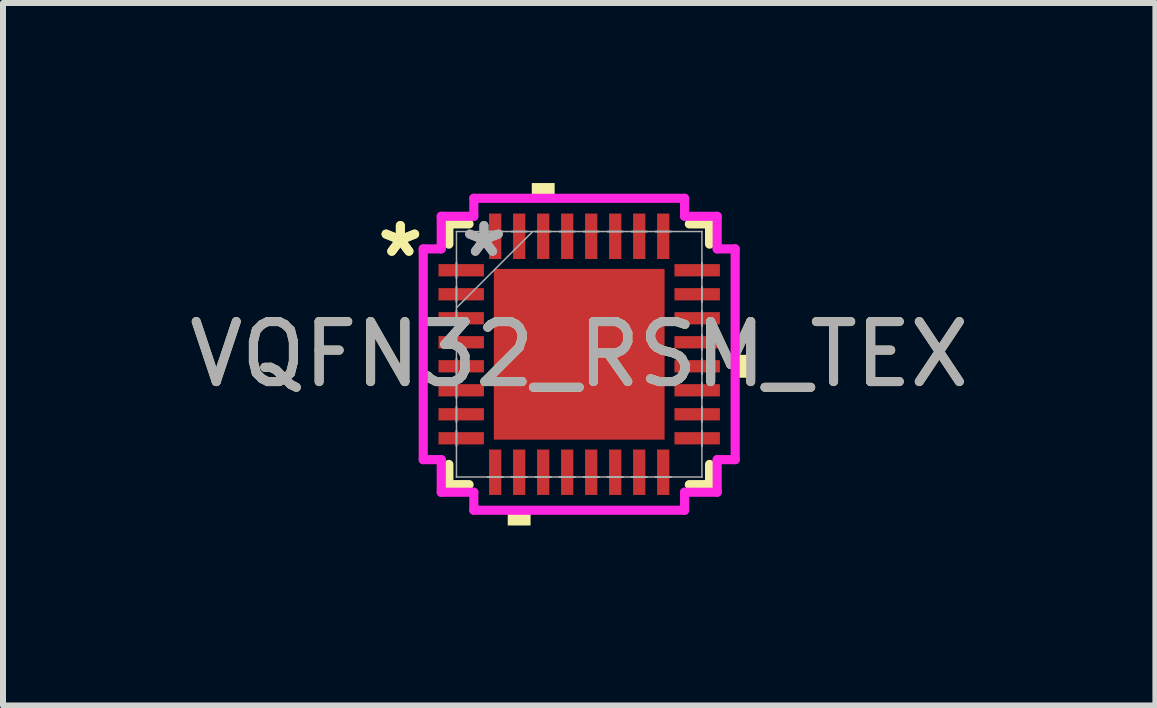
<source format=kicad_pcb>
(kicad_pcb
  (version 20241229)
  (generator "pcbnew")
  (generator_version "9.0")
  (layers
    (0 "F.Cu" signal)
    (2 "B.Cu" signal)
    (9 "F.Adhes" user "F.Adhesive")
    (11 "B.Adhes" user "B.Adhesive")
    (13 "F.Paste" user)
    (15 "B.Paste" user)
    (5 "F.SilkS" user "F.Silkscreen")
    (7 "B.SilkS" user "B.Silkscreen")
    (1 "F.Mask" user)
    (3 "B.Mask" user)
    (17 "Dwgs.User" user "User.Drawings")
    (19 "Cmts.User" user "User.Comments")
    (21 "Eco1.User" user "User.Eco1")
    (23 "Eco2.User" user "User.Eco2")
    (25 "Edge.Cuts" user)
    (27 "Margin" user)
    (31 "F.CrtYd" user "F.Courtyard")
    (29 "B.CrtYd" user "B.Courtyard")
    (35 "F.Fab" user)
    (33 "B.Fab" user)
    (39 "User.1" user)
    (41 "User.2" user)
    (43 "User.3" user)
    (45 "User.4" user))
  (footprint "VQFN32_RSM_TEX"
    (layer "F.Cu")
    (at 6.601 2.853)
    (property "Reference" "VQFN32_RSM_TEX" (at 0 0 0) (unlocked yes) (layer "F.SilkS") (effects (font (size 1 1) (thickness 0.15))))
    (attr smd)
    (fp_line (start -2.172 -2.172) (end -2.172 -1.835) (stroke (width 0.152) (type solid)) (layer "F.SilkS"))
    (fp_line (start -2.172 1.835) (end -2.172 2.172) (stroke (width 0.152) (type solid)) (layer "F.SilkS"))
    (fp_line (start -2.172 2.172) (end -1.835 2.172) (stroke (width 0.152) (type solid)) (layer "F.SilkS"))
    (fp_line (start -1.835 -2.172) (end -2.172 -2.172) (stroke (width 0.152) (type solid)) (layer "F.SilkS"))
    (fp_line (start 1.835 2.172) (end 2.172 2.172) (stroke (width 0.152) (type solid)) (layer "F.SilkS"))
    (fp_line (start 2.172 -2.172) (end 1.835 -2.172) (stroke (width 0.152) (type solid)) (layer "F.SilkS"))
    (fp_line (start 2.172 -1.835) (end 2.172 -2.172) (stroke (width 0.152) (type solid)) (layer "F.SilkS"))
    (fp_line (start 2.172 2.172) (end 2.172 1.835) (stroke (width 0.152) (type solid)) (layer "F.SilkS"))
    (fp_poly (pts (xy -1.191 2.599) (xy -1.191 2.853) (xy -0.81 2.853) (xy -0.81 2.599)) (stroke (width 0) (type solid)) (fill yes) (layer "F.SilkS"))
    (fp_poly (pts (xy -0.79 -2.599) (xy -0.79 -2.853) (xy -0.409 -2.853) (xy -0.409 -2.599)) (stroke (width 0) (type solid)) (fill yes) (layer "F.SilkS"))
    (fp_poly (pts (xy 2.853 0.009) (xy 2.853 0.391) (xy 2.599 0.391) (xy 2.599 0.009)) (stroke (width 0) (type solid)) (fill yes) (layer "F.SilkS"))
    (fp_poly (pts (xy -1.322 -1.322) (xy -1.322 -0.1) (xy -0.1 -0.1) (xy -0.1 -1.322)) (stroke (width 0) (type solid)) (fill yes) (layer "F.Paste"))
    (fp_poly (pts (xy -1.322 0.1) (xy -1.322 1.322) (xy -0.1 1.322) (xy -0.1 0.1)) (stroke (width 0) (type solid)) (fill yes) (layer "F.Paste"))
    (fp_poly (pts (xy 0.1 -1.322) (xy 0.1 -0.1) (xy 1.322 -0.1) (xy 1.322 -1.322)) (stroke (width 0) (type solid)) (fill yes) (layer "F.Paste"))
    (fp_poly (pts (xy 0.1 0.1) (xy 0.1 1.322) (xy 1.322 1.322) (xy 1.322 0.1)) (stroke (width 0) (type solid)) (fill yes) (layer "F.Paste"))
    (fp_line (start -2.599 -1.756) (end -2.299 -1.756) (stroke (width 0.152) (type solid)) (layer "F.CrtYd"))
    (fp_line (start -2.599 1.756) (end -2.599 -1.756) (stroke (width 0.152) (type solid)) (layer "F.CrtYd"))
    (fp_line (start -2.299 -2.299) (end -1.756 -2.299) (stroke (width 0.152) (type solid)) (layer "F.CrtYd"))
    (fp_line (start -2.299 -1.756) (end -2.299 -2.299) (stroke (width 0.152) (type solid)) (layer "F.CrtYd"))
    (fp_line (start -2.299 1.756) (end -2.599 1.756) (stroke (width 0.152) (type solid)) (layer "F.CrtYd"))
    (fp_line (start -2.299 2.299) (end -2.299 1.756) (stroke (width 0.152) (type solid)) (layer "F.CrtYd"))
    (fp_line (start -1.756 -2.599) (end 1.756 -2.599) (stroke (width 0.152) (type solid)) (layer "F.CrtYd"))
    (fp_line (start -1.756 -2.299) (end -1.756 -2.599) (stroke (width 0.152) (type solid)) (layer "F.CrtYd"))
    (fp_line (start -1.756 2.299) (end -2.299 2.299) (stroke (width 0.152) (type solid)) (layer "F.CrtYd"))
    (fp_line (start -1.756 2.599) (end -1.756 2.299) (stroke (width 0.152) (type solid)) (layer "F.CrtYd"))
    (fp_line (start 1.756 -2.599) (end 1.756 -2.299) (stroke (width 0.152) (type solid)) (layer "F.CrtYd"))
    (fp_line (start 1.756 -2.299) (end 2.299 -2.299) (stroke (width 0.152) (type solid)) (layer "F.CrtYd"))
    (fp_line (start 1.756 2.299) (end 1.756 2.599) (stroke (width 0.152) (type solid)) (layer "F.CrtYd"))
    (fp_line (start 1.756 2.599) (end -1.756 2.599) (stroke (width 0.152) (type solid)) (layer "F.CrtYd"))
    (fp_line (start 2.299 -2.299) (end 2.299 -1.756) (stroke (width 0.152) (type solid)) (layer "F.CrtYd"))
    (fp_line (start 2.299 -1.756) (end 2.599 -1.756) (stroke (width 0.152) (type solid)) (layer "F.CrtYd"))
    (fp_line (start 2.299 1.756) (end 2.299 2.299) (stroke (width 0.152) (type solid)) (layer "F.CrtYd"))
    (fp_line (start 2.299 2.299) (end 1.756 2.299) (stroke (width 0.152) (type solid)) (layer "F.CrtYd"))
    (fp_line (start 2.599 -1.756) (end 2.599 1.756) (stroke (width 0.152) (type solid)) (layer "F.CrtYd"))
    (fp_line (start 2.599 1.756) (end 2.299 1.756) (stroke (width 0.152) (type solid)) (layer "F.CrtYd"))
    (fp_line (start -2.045 -2.045) (end -2.045 -2.045) (stroke (width 0.025) (type solid)) (layer "F.Fab"))
    (fp_line (start -2.045 -2.045) (end -2.045 2.045) (stroke (width 0.025) (type solid)) (layer "F.Fab"))
    (fp_line (start -2.045 -1.527) (end -2.045 -1.527) (stroke (width 0.025) (type solid)) (layer "F.Fab"))
    (fp_line (start -2.045 -1.527) (end -2.045 -1.273) (stroke (width 0.025) (type solid)) (layer "F.Fab"))
    (fp_line (start -2.045 -1.273) (end -2.045 -1.527) (stroke (width 0.025) (type solid)) (layer "F.Fab"))
    (fp_line (start -2.045 -1.273) (end -2.045 -1.273) (stroke (width 0.025) (type solid)) (layer "F.Fab"))
    (fp_line (start -2.045 -1.127) (end -2.045 -1.127) (stroke (width 0.025) (type solid)) (layer "F.Fab"))
    (fp_line (start -2.045 -1.127) (end -2.045 -0.873) (stroke (width 0.025) (type solid)) (layer "F.Fab"))
    (fp_line (start -2.045 -0.873) (end -2.045 -1.127) (stroke (width 0.025) (type solid)) (layer "F.Fab"))
    (fp_line (start -2.045 -0.873) (end -2.045 -0.873) (stroke (width 0.025) (type solid)) (layer "F.Fab"))
    (fp_line (start -2.045 -0.775) (end -0.775 -2.045) (stroke (width 0.025) (type solid)) (layer "F.Fab"))
    (fp_line (start -2.045 -0.727) (end -2.045 -0.727) (stroke (width 0.025) (type solid)) (layer "F.Fab"))
    (fp_line (start -2.045 -0.727) (end -2.045 -0.473) (stroke (width 0.025) (type solid)) (layer "F.Fab"))
    (fp_line (start -2.045 -0.473) (end -2.045 -0.727) (stroke (width 0.025) (type solid)) (layer "F.Fab"))
    (fp_line (start -2.045 -0.473) (end -2.045 -0.473) (stroke (width 0.025) (type solid)) (layer "F.Fab"))
    (fp_line (start -2.045 -0.327) (end -2.045 -0.327) (stroke (width 0.025) (type solid)) (layer "F.Fab"))
    (fp_line (start -2.045 -0.327) (end -2.045 -0.073) (stroke (width 0.025) (type solid)) (layer "F.Fab"))
    (fp_line (start -2.045 -0.073) (end -2.045 -0.327) (stroke (width 0.025) (type solid)) (layer "F.Fab"))
    (fp_line (start -2.045 -0.073) (end -2.045 -0.073) (stroke (width 0.025) (type solid)) (layer "F.Fab"))
    (fp_line (start -2.045 0.073) (end -2.045 0.073) (stroke (width 0.025) (type solid)) (layer "F.Fab"))
    (fp_line (start -2.045 0.073) (end -2.045 0.327) (stroke (width 0.025) (type solid)) (layer "F.Fab"))
    (fp_line (start -2.045 0.327) (end -2.045 0.073) (stroke (width 0.025) (type solid)) (layer "F.Fab"))
    (fp_line (start -2.045 0.327) (end -2.045 0.327) (stroke (width 0.025) (type solid)) (layer "F.Fab"))
    (fp_line (start -2.045 0.473) (end -2.045 0.473) (stroke (width 0.025) (type solid)) (layer "F.Fab"))
    (fp_line (start -2.045 0.473) (end -2.045 0.727) (stroke (width 0.025) (type solid)) (layer "F.Fab"))
    (fp_line (start -2.045 0.727) (end -2.045 0.473) (stroke (width 0.025) (type solid)) (layer "F.Fab"))
    (fp_line (start -2.045 0.727) (end -2.045 0.727) (stroke (width 0.025) (type solid)) (layer "F.Fab"))
    (fp_line (start -2.045 0.873) (end -2.045 0.873) (stroke (width 0.025) (type solid)) (layer "F.Fab"))
    (fp_line (start -2.045 0.873) (end -2.045 1.127) (stroke (width 0.025) (type solid)) (layer "F.Fab"))
    (fp_line (start -2.045 1.127) (end -2.045 0.873) (stroke (width 0.025) (type solid)) (layer "F.Fab"))
    (fp_line (start -2.045 1.127) (end -2.045 1.127) (stroke (width 0.025) (type solid)) (layer "F.Fab"))
    (fp_line (start -2.045 1.273) (end -2.045 1.273) (stroke (width 0.025) (type solid)) (layer "F.Fab"))
    (fp_line (start -2.045 1.273) (end -2.045 1.527) (stroke (width 0.025) (type solid)) (layer "F.Fab"))
    (fp_line (start -2.045 1.527) (end -2.045 1.273) (stroke (width 0.025) (type solid)) (layer "F.Fab"))
    (fp_line (start -2.045 1.527) (end -2.045 1.527) (stroke (width 0.025) (type solid)) (layer "F.Fab"))
    (fp_line (start -2.045 2.045) (end -2.045 2.045) (stroke (width 0.025) (type solid)) (layer "F.Fab"))
    (fp_line (start -2.045 2.045) (end 2.045 2.045) (stroke (width 0.025) (type solid)) (layer "F.Fab"))
    (fp_line (start -1.527 -2.045) (end -1.527 -2.045) (stroke (width 0.025) (type solid)) (layer "F.Fab"))
    (fp_line (start -1.527 -2.045) (end -1.273 -2.045) (stroke (width 0.025) (type solid)) (layer "F.Fab"))
    (fp_line (start -1.527 2.045) (end -1.527 2.045) (stroke (width 0.025) (type solid)) (layer "F.Fab"))
    (fp_line (start -1.527 2.045) (end -1.273 2.045) (stroke (width 0.025) (type solid)) (layer "F.Fab"))
    (fp_line (start -1.273 -2.045) (end -1.527 -2.045) (stroke (width 0.025) (type solid)) (layer "F.Fab"))
    (fp_line (start -1.273 -2.045) (end -1.273 -2.045) (stroke (width 0.025) (type solid)) (layer "F.Fab"))
    (fp_line (start -1.273 2.045) (end -1.527 2.045) (stroke (width 0.025) (type solid)) (layer "F.Fab"))
    (fp_line (start -1.273 2.045) (end -1.273 2.045) (stroke (width 0.025) (type solid)) (layer "F.Fab"))
    (fp_line (start -1.127 -2.045) (end -1.127 -2.045) (stroke (width 0.025) (type solid)) (layer "F.Fab"))
    (fp_line (start -1.127 -2.045) (end -0.873 -2.045) (stroke (width 0.025) (type solid)) (layer "F.Fab"))
    (fp_line (start -1.127 2.045) (end -1.127 2.045) (stroke (width 0.025) (type solid)) (layer "F.Fab"))
    (fp_line (start -1.127 2.045) (end -0.873 2.045) (stroke (width 0.025) (type solid)) (layer "F.Fab"))
    (fp_line (start -0.873 -2.045) (end -1.127 -2.045) (stroke (width 0.025) (type solid)) (layer "F.Fab"))
    (fp_line (start -0.873 -2.045) (end -0.873 -2.045) (stroke (width 0.025) (type solid)) (layer "F.Fab"))
    (fp_line (start -0.873 2.045) (end -1.127 2.045) (stroke (width 0.025) (type solid)) (layer "F.Fab"))
    (fp_line (start -0.873 2.045) (end -0.873 2.045) (stroke (width 0.025) (type solid)) (layer "F.Fab"))
    (fp_line (start -0.727 -2.045) (end -0.727 -2.045) (stroke (width 0.025) (type solid)) (layer "F.Fab"))
    (fp_line (start -0.727 -2.045) (end -0.473 -2.045) (stroke (width 0.025) (type solid)) (layer "F.Fab"))
    (fp_line (start -0.727 2.045) (end -0.727 2.045) (stroke (width 0.025) (type solid)) (layer "F.Fab"))
    (fp_line (start -0.727 2.045) (end -0.473 2.045) (stroke (width 0.025) (type solid)) (layer "F.Fab"))
    (fp_line (start -0.473 -2.045) (end -0.727 -2.045) (stroke (width 0.025) (type solid)) (layer "F.Fab"))
    (fp_line (start -0.473 -2.045) (end -0.473 -2.045) (stroke (width 0.025) (type solid)) (layer "F.Fab"))
    (fp_line (start -0.473 2.045) (end -0.727 2.045) (stroke (width 0.025) (type solid)) (layer "F.Fab"))
    (fp_line (start -0.473 2.045) (end -0.473 2.045) (stroke (width 0.025) (type solid)) (layer "F.Fab"))
    (fp_line (start -0.327 -2.045) (end -0.327 -2.045) (stroke (width 0.025) (type solid)) (layer "F.Fab"))
    (fp_line (start -0.327 -2.045) (end -0.073 -2.045) (stroke (width 0.025) (type solid)) (layer "F.Fab"))
    (fp_line (start -0.327 2.045) (end -0.327 2.045) (stroke (width 0.025) (type solid)) (layer "F.Fab"))
    (fp_line (start -0.327 2.045) (end -0.073 2.045) (stroke (width 0.025) (type solid)) (layer "F.Fab"))
    (fp_line (start -0.073 -2.045) (end -0.327 -2.045) (stroke (width 0.025) (type solid)) (layer "F.Fab"))
    (fp_line (start -0.073 -2.045) (end -0.073 -2.045) (stroke (width 0.025) (type solid)) (layer "F.Fab"))
    (fp_line (start -0.073 2.045) (end -0.327 2.045) (stroke (width 0.025) (type solid)) (layer "F.Fab"))
    (fp_line (start -0.073 2.045) (end -0.073 2.045) (stroke (width 0.025) (type solid)) (layer "F.Fab"))
    (fp_line (start 0.073 -2.045) (end 0.073 -2.045) (stroke (width 0.025) (type solid)) (layer "F.Fab"))
    (fp_line (start 0.073 -2.045) (end 0.327 -2.045) (stroke (width 0.025) (type solid)) (layer "F.Fab"))
    (fp_line (start 0.073 2.045) (end 0.073 2.045) (stroke (width 0.025) (type solid)) (layer "F.Fab"))
    (fp_line (start 0.073 2.045) (end 0.327 2.045) (stroke (width 0.025) (type solid)) (layer "F.Fab"))
    (fp_line (start 0.327 -2.045) (end 0.073 -2.045) (stroke (width 0.025) (type solid)) (layer "F.Fab"))
    (fp_line (start 0.327 -2.045) (end 0.327 -2.045) (stroke (width 0.025) (type solid)) (layer "F.Fab"))
    (fp_line (start 0.327 2.045) (end 0.073 2.045) (stroke (width 0.025) (type solid)) (layer "F.Fab"))
    (fp_line (start 0.327 2.045) (end 0.327 2.045) (stroke (width 0.025) (type solid)) (layer "F.Fab"))
    (fp_line (start 0.473 -2.045) (end 0.473 -2.045) (stroke (width 0.025) (type solid)) (layer "F.Fab"))
    (fp_line (start 0.473 -2.045) (end 0.727 -2.045) (stroke (width 0.025) (type solid)) (layer "F.Fab"))
    (fp_line (start 0.473 2.045) (end 0.473 2.045) (stroke (width 0.025) (type solid)) (layer "F.Fab"))
    (fp_line (start 0.473 2.045) (end 0.727 2.045) (stroke (width 0.025) (type solid)) (layer "F.Fab"))
    (fp_line (start 0.727 -2.045) (end 0.473 -2.045) (stroke (width 0.025) (type solid)) (layer "F.Fab"))
    (fp_line (start 0.727 -2.045) (end 0.727 -2.045) (stroke (width 0.025) (type solid)) (layer "F.Fab"))
    (fp_line (start 0.727 2.045) (end 0.473 2.045) (stroke (width 0.025) (type solid)) (layer "F.Fab"))
    (fp_line (start 0.727 2.045) (end 0.727 2.045) (stroke (width 0.025) (type solid)) (layer "F.Fab"))
    (fp_line (start 0.873 -2.045) (end 0.873 -2.045) (stroke (width 0.025) (type solid)) (layer "F.Fab"))
    (fp_line (start 0.873 -2.045) (end 1.127 -2.045) (stroke (width 0.025) (type solid)) (layer "F.Fab"))
    (fp_line (start 0.873 2.045) (end 0.873 2.045) (stroke (width 0.025) (type solid)) (layer "F.Fab"))
    (fp_line (start 0.873 2.045) (end 1.127 2.045) (stroke (width 0.025) (type solid)) (layer "F.Fab"))
    (fp_line (start 1.127 -2.045) (end 0.873 -2.045) (stroke (width 0.025) (type solid)) (layer "F.Fab"))
    (fp_line (start 1.127 -2.045) (end 1.127 -2.045) (stroke (width 0.025) (type solid)) (layer "F.Fab"))
    (fp_line (start 1.127 2.045) (end 0.873 2.045) (stroke (width 0.025) (type solid)) (layer "F.Fab"))
    (fp_line (start 1.127 2.045) (end 1.127 2.045) (stroke (width 0.025) (type solid)) (layer "F.Fab"))
    (fp_line (start 1.273 -2.045) (end 1.273 -2.045) (stroke (width 0.025) (type solid)) (layer "F.Fab"))
    (fp_line (start 1.273 -2.045) (end 1.527 -2.045) (stroke (width 0.025) (type solid)) (layer "F.Fab"))
    (fp_line (start 1.273 2.045) (end 1.273 2.045) (stroke (width 0.025) (type solid)) (layer "F.Fab"))
    (fp_line (start 1.273 2.045) (end 1.527 2.045) (stroke (width 0.025) (type solid)) (layer "F.Fab"))
    (fp_line (start 1.527 -2.045) (end 1.273 -2.045) (stroke (width 0.025) (type solid)) (layer "F.Fab"))
    (fp_line (start 1.527 -2.045) (end 1.527 -2.045) (stroke (width 0.025) (type solid)) (layer "F.Fab"))
    (fp_line (start 1.527 2.045) (end 1.273 2.045) (stroke (width 0.025) (type solid)) (layer "F.Fab"))
    (fp_line (start 1.527 2.045) (end 1.527 2.045) (stroke (width 0.025) (type solid)) (layer "F.Fab"))
    (fp_line (start 2.045 -2.045) (end -2.045 -2.045) (stroke (width 0.025) (type solid)) (layer "F.Fab"))
    (fp_line (start 2.045 -2.045) (end 2.045 -2.045) (stroke (width 0.025) (type solid)) (layer "F.Fab"))
    (fp_line (start 2.045 -1.527) (end 2.045 -1.527) (stroke (width 0.025) (type solid)) (layer "F.Fab"))
    (fp_line (start 2.045 -1.527) (end 2.045 -1.273) (stroke (width 0.025) (type solid)) (layer "F.Fab"))
    (fp_line (start 2.045 -1.273) (end 2.045 -1.527) (stroke (width 0.025) (type solid)) (layer "F.Fab"))
    (fp_line (start 2.045 -1.273) (end 2.045 -1.273) (stroke (width 0.025) (type solid)) (layer "F.Fab"))
    (fp_line (start 2.045 -1.127) (end 2.045 -1.127) (stroke (width 0.025) (type solid)) (layer "F.Fab"))
    (fp_line (start 2.045 -1.127) (end 2.045 -0.873) (stroke (width 0.025) (type solid)) (layer "F.Fab"))
    (fp_line (start 2.045 -0.873) (end 2.045 -1.127) (stroke (width 0.025) (type solid)) (layer "F.Fab"))
    (fp_line (start 2.045 -0.873) (end 2.045 -0.873) (stroke (width 0.025) (type solid)) (layer "F.Fab"))
    (fp_line (start 2.045 -0.727) (end 2.045 -0.727) (stroke (width 0.025) (type solid)) (layer "F.Fab"))
    (fp_line (start 2.045 -0.727) (end 2.045 -0.473) (stroke (width 0.025) (type solid)) (layer "F.Fab"))
    (fp_line (start 2.045 -0.473) (end 2.045 -0.727) (stroke (width 0.025) (type solid)) (layer "F.Fab"))
    (fp_line (start 2.045 -0.473) (end 2.045 -0.473) (stroke (width 0.025) (type solid)) (layer "F.Fab"))
    (fp_line (start 2.045 -0.327) (end 2.045 -0.327) (stroke (width 0.025) (type solid)) (layer "F.Fab"))
    (fp_line (start 2.045 -0.327) (end 2.045 -0.073) (stroke (width 0.025) (type solid)) (layer "F.Fab"))
    (fp_line (start 2.045 -0.073) (end 2.045 -0.327) (stroke (width 0.025) (type solid)) (layer "F.Fab"))
    (fp_line (start 2.045 -0.073) (end 2.045 -0.073) (stroke (width 0.025) (type solid)) (layer "F.Fab"))
    (fp_line (start 2.045 0.073) (end 2.045 0.073) (stroke (width 0.025) (type solid)) (layer "F.Fab"))
    (fp_line (start 2.045 0.073) (end 2.045 0.327) (stroke (width 0.025) (type solid)) (layer "F.Fab"))
    (fp_line (start 2.045 0.327) (end 2.045 0.073) (stroke (width 0.025) (type solid)) (layer "F.Fab"))
    (fp_line (start 2.045 0.327) (end 2.045 0.327) (stroke (width 0.025) (type solid)) (layer "F.Fab"))
    (fp_line (start 2.045 0.473) (end 2.045 0.473) (stroke (width 0.025) (type solid)) (layer "F.Fab"))
    (fp_line (start 2.045 0.473) (end 2.045 0.727) (stroke (width 0.025) (type solid)) (layer "F.Fab"))
    (fp_line (start 2.045 0.727) (end 2.045 0.473) (stroke (width 0.025) (type solid)) (layer "F.Fab"))
    (fp_line (start 2.045 0.727) (end 2.045 0.727) (stroke (width 0.025) (type solid)) (layer "F.Fab"))
    (fp_line (start 2.045 0.873) (end 2.045 0.873) (stroke (width 0.025) (type solid)) (layer "F.Fab"))
    (fp_line (start 2.045 0.873) (end 2.045 1.127) (stroke (width 0.025) (type solid)) (layer "F.Fab"))
    (fp_line (start 2.045 1.127) (end 2.045 0.873) (stroke (width 0.025) (type solid)) (layer "F.Fab"))
    (fp_line (start 2.045 1.127) (end 2.045 1.127) (stroke (width 0.025) (type solid)) (layer "F.Fab"))
    (fp_line (start 2.045 1.273) (end 2.045 1.273) (stroke (width 0.025) (type solid)) (layer "F.Fab"))
    (fp_line (start 2.045 1.273) (end 2.045 1.527) (stroke (width 0.025) (type solid)) (layer "F.Fab"))
    (fp_line (start 2.045 1.527) (end 2.045 1.273) (stroke (width 0.025) (type solid)) (layer "F.Fab"))
    (fp_line (start 2.045 1.527) (end 2.045 1.527) (stroke (width 0.025) (type solid)) (layer "F.Fab"))
    (fp_line (start 2.045 2.045) (end 2.045 -2.045) (stroke (width 0.025) (type solid)) (layer "F.Fab"))
    (fp_line (start 2.045 2.045) (end 2.045 2.045) (stroke (width 0.025) (type solid)) (layer "F.Fab"))
    (fp_text user "*" (at -2.98 -1.6 0) (layer "F.SilkS") (effects (font (size 1 1) (thickness 0.15))))
    (fp_text user "*" (at -2.98 -1.6 0) (unlocked yes) (layer "F.SilkS") (effects (font (size 1 1) (thickness 0.15))))
    (fp_text user "${REFERENCE}" (at 0 0 0) (unlocked yes) (layer "F.Fab") (effects (font (size 1 1) (thickness 0.15))))
    (fp_text user "*" (at -1.587 -1.6 0) (layer "F.Fab") (effects (font (size 1 1) (thickness 0.15))))
    (fp_text user "*" (at -1.587 -1.6 0) (unlocked yes) (layer "F.Fab") (effects (font (size 1 1) (thickness 0.15))))
    (pad "1" smd rect (at -1.966 -1.4 90) (size 0.204 0.757) (layers "F.Cu" "F.Mask" "F.Paste"))
    (pad "2" smd rect (at -1.966 -1 90) (size 0.204 0.757) (layers "F.Cu" "F.Mask" "F.Paste"))
    (pad "3" smd rect (at -1.966 -0.6 90) (size 0.204 0.757) (layers "F.Cu" "F.Mask" "F.Paste"))
    (pad "4" smd rect (at -1.966 -0.2 90) (size 0.204 0.757) (layers "F.Cu" "F.Mask" "F.Paste"))
    (pad "5" smd rect (at -1.966 0.2 90) (size 0.204 0.757) (layers "F.Cu" "F.Mask" "F.Paste"))
    (pad "6" smd rect (at -1.966 0.6 90) (size 0.204 0.757) (layers "F.Cu" "F.Mask" "F.Paste"))
    (pad "7" smd rect (at -1.966 1 90) (size 0.204 0.757) (layers "F.Cu" "F.Mask" "F.Paste"))
    (pad "8" smd rect (at -1.966 1.4 90) (size 0.204 0.757) (layers "F.Cu" "F.Mask" "F.Paste"))
    (pad "9" smd rect (at -1.4 1.966) (size 0.204 0.757) (layers "F.Cu" "F.Mask" "F.Paste"))
    (pad "10" smd rect (at -1 1.966) (size 0.204 0.757) (layers "F.Cu" "F.Mask" "F.Paste"))
    (pad "11" smd rect (at -0.6 1.966) (size 0.204 0.757) (layers "F.Cu" "F.Mask" "F.Paste"))
    (pad "12" smd rect (at -0.2 1.966) (size 0.204 0.757) (layers "F.Cu" "F.Mask" "F.Paste"))
    (pad "13" smd rect (at 0.2 1.966) (size 0.204 0.757) (layers "F.Cu" "F.Mask" "F.Paste"))
    (pad "14" smd rect (at 0.6 1.966) (size 0.204 0.757) (layers "F.Cu" "F.Mask" "F.Paste"))
    (pad "15" smd rect (at 1 1.966) (size 0.204 0.757) (layers "F.Cu" "F.Mask" "F.Paste"))
    (pad "16" smd rect (at 1.4 1.966) (size 0.204 0.757) (layers "F.Cu" "F.Mask" "F.Paste"))
    (pad "17" smd rect (at 1.966 1.4 90) (size 0.204 0.757) (layers "F.Cu" "F.Mask" "F.Paste"))
    (pad "18" smd rect (at 1.966 1 90) (size 0.204 0.757) (layers "F.Cu" "F.Mask" "F.Paste"))
    (pad "19" smd rect (at 1.966 0.6 90) (size 0.204 0.757) (layers "F.Cu" "F.Mask" "F.Paste"))
    (pad "20" smd rect (at 1.966 0.2 90) (size 0.204 0.757) (layers "F.Cu" "F.Mask" "F.Paste"))
    (pad "21" smd rect (at 1.966 -0.2 90) (size 0.204 0.757) (layers "F.Cu" "F.Mask" "F.Paste"))
    (pad "22" smd rect (at 1.966 -0.6 90) (size 0.204 0.757) (layers "F.Cu" "F.Mask" "F.Paste"))
    (pad "23" smd rect (at 1.966 -1 90) (size 0.204 0.757) (layers "F.Cu" "F.Mask" "F.Paste"))
    (pad "24" smd rect (at 1.966 -1.4 90) (size 0.204 0.757) (layers "F.Cu" "F.Mask" "F.Paste"))
    (pad "25" smd rect (at 1.4 -1.966) (size 0.204 0.757) (layers "F.Cu" "F.Mask" "F.Paste"))
    (pad "26" smd rect (at 1 -1.966) (size 0.204 0.757) (layers "F.Cu" "F.Mask" "F.Paste"))
    (pad "27" smd rect (at 0.6 -1.966) (size 0.204 0.757) (layers "F.Cu" "F.Mask" "F.Paste"))
    (pad "28" smd rect (at 0.2 -1.966) (size 0.204 0.757) (layers "F.Cu" "F.Mask" "F.Paste"))
    (pad "29" smd rect (at -0.2 -1.966) (size 0.204 0.757) (layers "F.Cu" "F.Mask" "F.Paste"))
    (pad "30" smd rect (at -0.6 -1.966) (size 0.204 0.757) (layers "F.Cu" "F.Mask" "F.Paste"))
    (pad "31" smd rect (at -1 -1.966) (size 0.204 0.757) (layers "F.Cu" "F.Mask" "F.Paste"))
    (pad "32" smd rect (at -1.4 -1.966) (size 0.204 0.757) (layers "F.Cu" "F.Mask" "F.Paste"))
    (pad "33" smd rect (at 0 0) (size 2.845 2.845) (layers "F.Cu" "F.Mask" "F.Paste")))
  (gr_rect
    (start -3 -3)
    (end 16.202 8.705)
    (stroke (width 0.1) (type default))
    (fill no)
    (layer "Edge.Cuts")))
</source>
